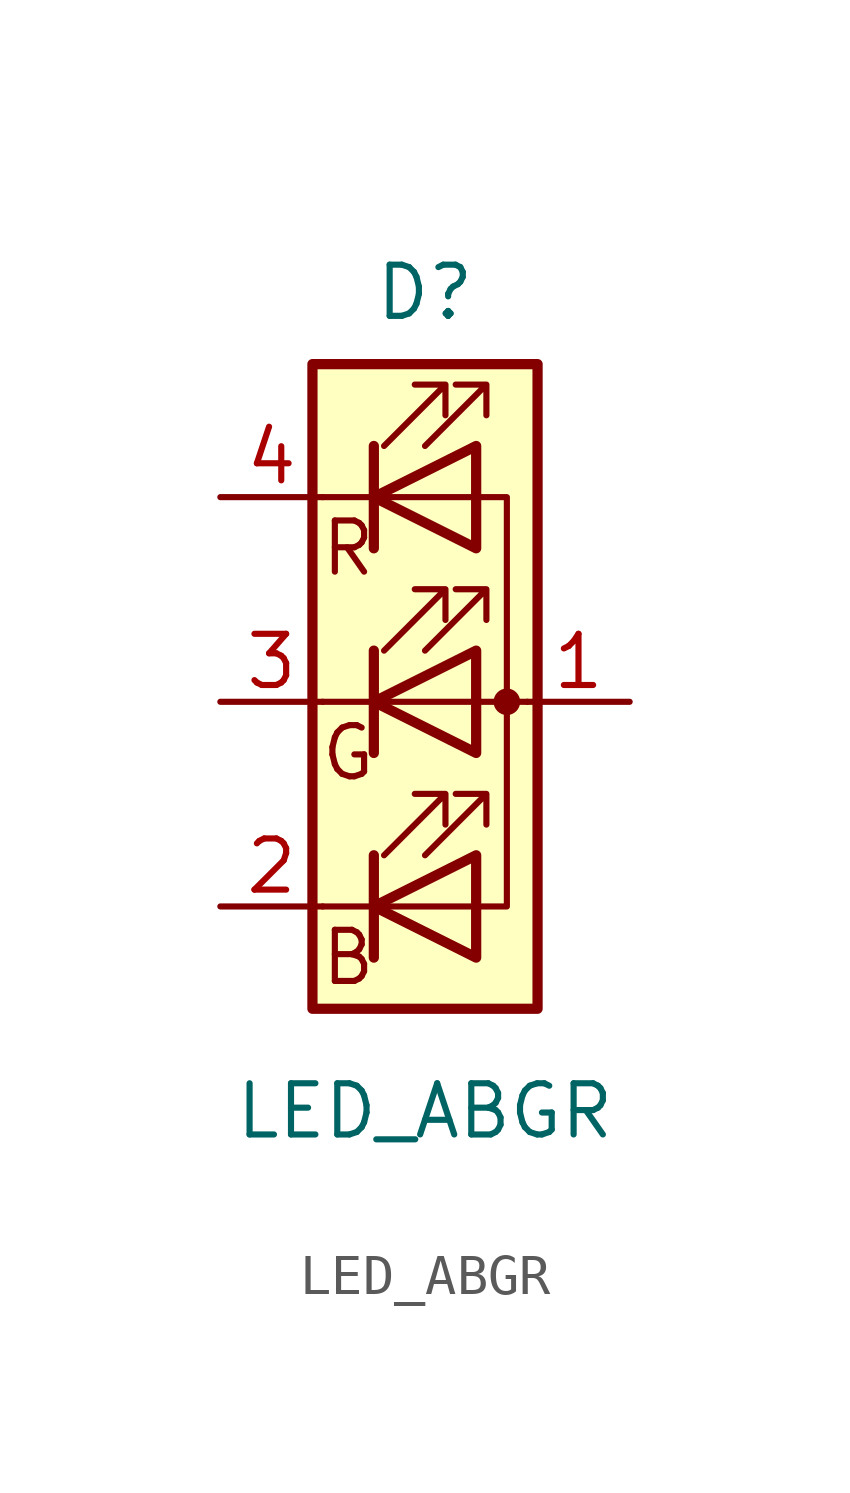
<source format=kicad_sym>
(kicad_symbol_lib
  (version 20200126)
  (host kicad_symbol_editor "(5.99.0-1846-ga8c2d17d6)")
  (symbol "LED_ABGR:LED_ABGR"
    (pin_names hide)
    (property "Reference" "D"
      (at 0 10.16 0)
      (effects (font (size 1.27 1.27))))
    (property "Value" "LED_ABGR"
      (at 0 -10.16 0)
      (effects (font (size 1.27 1.27))))
    (symbol "LED_ABGR_0_1"
      (circle (center 2.032 0) (radius 0.254) (stroke (width 0)) (fill (type outline)))
      (rectangle (start 1.27 6.35) (end 1.27 6.35) (stroke (width 0)) (fill (type none)))
      (rectangle (start 2.794 8.382) (end -2.794 -7.62) (stroke (width 0.254)) (fill (type background)))
      (polyline (pts (xy -2.54 -5.08) (xy 1.27 -5.08)) (stroke (width 0)) (fill (type none)))
      (polyline (pts (xy -1.27 -3.81) (xy -1.27 -6.35)) (stroke (width 0.254)) (fill (type none)))
      (polyline (pts (xy -1.27 1.27) (xy -1.27 -1.27)) (stroke (width 0.254)) (fill (type none)))
      (polyline (pts (xy -1.27 6.35) (xy -1.27 3.81)) (stroke (width 0.254)) (fill (type none)))
      (polyline (pts (xy 1.27 5.08) (xy -2.54 5.08)) (stroke (width 0)) (fill (type none)))
      (polyline (pts (xy 2.54 0) (xy -2.54 0)) (stroke (width 0)) (fill (type none)))
      (polyline (pts (xy 1.27 -5.08) (xy 2.032 -5.08) (xy 2.032 5.08) (xy 1.27 5.08)) (stroke (width 0)) (fill (type none)))
      (polyline (pts (xy 1.27 -3.81) (xy 1.27 -6.35) (xy -1.27 -5.08) (xy 1.27 -3.81)) (stroke (width 0.254)) (fill (type none)))
      (polyline (pts (xy 1.27 1.27) (xy 1.27 -1.27) (xy -1.27 0) (xy 1.27 1.27)) (stroke (width 0.254)) (fill (type none)))
      (polyline (pts (xy 1.27 6.35) (xy 1.27 3.81) (xy -1.27 5.08) (xy 1.27 6.35)) (stroke (width 0.254)) (fill (type none)))
      (polyline (pts (xy -1.016 -3.81) (xy 0.508 -2.286) (xy -0.254 -2.286) (xy 0.508 -2.286) (xy 0.508 -3.048)) (stroke (width 0)) (fill (type none)))
      (polyline (pts (xy -1.016 1.27) (xy 0.508 2.794) (xy -0.254 2.794) (xy 0.508 2.794) (xy 0.508 2.032)) (stroke (width 0)) (fill (type none)))
      (polyline (pts (xy -1.016 6.35) (xy 0.508 7.874) (xy -0.254 7.874) (xy 0.508 7.874) (xy 0.508 7.112)) (stroke (width 0)) (fill (type none)))
      (polyline (pts (xy 0 -3.81) (xy 1.524 -2.286) (xy 0.762 -2.286) (xy 1.524 -2.286) (xy 1.524 -3.048)) (stroke (width 0)) (fill (type none)))
      (polyline (pts (xy 0 1.27) (xy 1.524 2.794) (xy 0.762 2.794) (xy 1.524 2.794) (xy 1.524 2.032)) (stroke (width 0)) (fill (type none)))
      (polyline (pts (xy 0 6.35) (xy 1.524 7.874) (xy 0.762 7.874) (xy 1.524 7.874) (xy 1.524 7.112)) (stroke (width 0)) (fill (type none))))
    (symbol "LED_ABGR_0_0"
      (text "B" (at -1.905 -6.35 0) (effects (font (size 1.27 1.27))))
      (text "G" (at -1.905 -1.27 0) (effects (font (size 1.27 1.27))))
      (text "R" (at -1.905 3.81 0) (effects (font (size 1.27 1.27)))))
    (symbol "LED_ABGR_1_1"
      (pin passive line (at 5.08 0 180) (length 2.54) (name "A" (effects (font (size 1.27 1.27)))) (number "1" (effects (font (size 1.27 1.27)))))
      (pin passive line (at -5.08 5.08 0) (length 2.54) (name "RK" (effects (font (size 1.27 1.27)))) (number "4" (effects (font (size 1.27 1.27)))))
      (pin passive line (at -5.08 0 0) (length 2.54) (name "GK" (effects (font (size 1.27 1.27)))) (number "3" (effects (font (size 1.27 1.27)))))
      (pin passive line (at -5.08 -5.08 0) (length 2.54) (name "BK" (effects (font (size 1.27 1.27)))) (number "2" (effects (font (size 1.27 1.27))))))))
</source>
